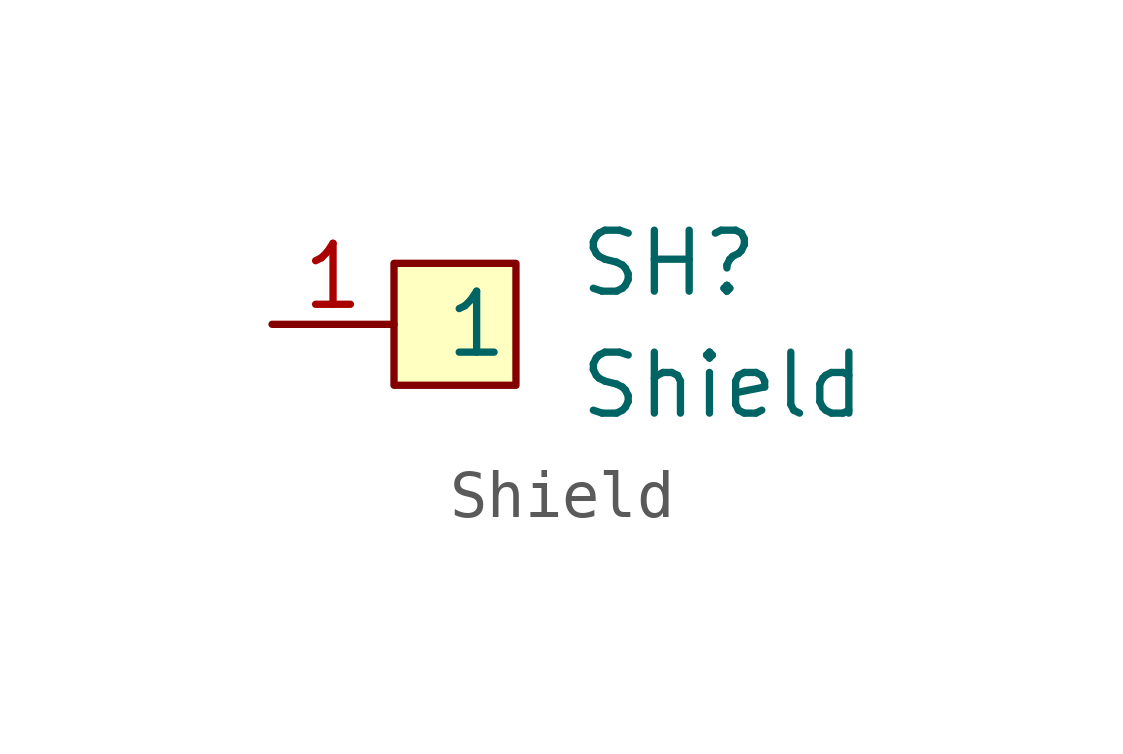
<source format=kicad_sym>
(kicad_symbol_lib
  (version 20220914)
  (generator kicad_symbol_editor)
  (symbol "Shield"
    (pin_names
      (offset 1.016))
    (property "Reference" "SH"
      (at 3.81 1.27 0)
      (do_not_autoplace)
      (effects (font (size 1.27 1.27)) (justify left)))
    (property "Value" "Shield"
      (at 3.81 -1.27 0)
      (do_not_autoplace)
      (effects (font (size 1.27 1.27)) (justify left)))
    (symbol "Shield_0_1"
      (rectangle (start 0 -1.27) (end 2.54 1.27) (stroke (width 0) (type default)) (fill (type background))))
    (symbol "Shield_1_1"
      (pin passive line (at -2.54 0 0) (length 2.54) (name "1" (effects (font (size 1.27 1.27)))) (number "1" (effects (font (size 1.27 1.27))))))))
</source>
